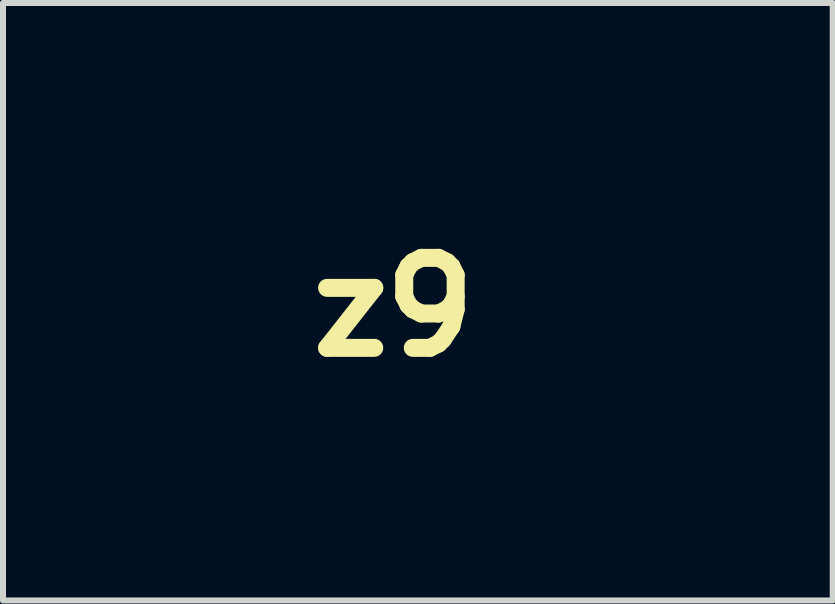
<source format=kicad_pcb>
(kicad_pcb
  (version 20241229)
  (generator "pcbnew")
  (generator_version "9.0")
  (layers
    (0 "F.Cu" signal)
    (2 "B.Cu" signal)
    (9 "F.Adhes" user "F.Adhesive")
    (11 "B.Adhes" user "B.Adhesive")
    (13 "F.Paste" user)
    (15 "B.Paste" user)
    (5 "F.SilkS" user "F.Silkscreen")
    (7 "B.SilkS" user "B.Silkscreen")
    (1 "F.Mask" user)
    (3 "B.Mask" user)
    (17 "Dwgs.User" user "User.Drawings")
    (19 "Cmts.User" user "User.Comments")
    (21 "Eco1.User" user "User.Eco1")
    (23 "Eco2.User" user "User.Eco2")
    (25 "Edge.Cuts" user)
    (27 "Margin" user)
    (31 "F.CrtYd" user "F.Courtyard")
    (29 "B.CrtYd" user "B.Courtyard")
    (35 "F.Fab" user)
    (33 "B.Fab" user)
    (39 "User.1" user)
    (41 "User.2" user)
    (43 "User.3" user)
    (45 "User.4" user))
  (footprint "z9"
    (layer "F.Cu")
    (at 3.51 2.07)
    (property "Reference" "z9" (at 0 0 0) (layer "F.SilkS") (effects (font (size 1.5 1.5) (thickness 0.3))))
    (attr board_only exclude_from_pos_files exclude_from_bom)
    (fp_poly (pts (xy 3.42 -0.855) (xy 3.428 -0.821) (xy 3.457 -0.81) (xy 3.465 -0.81) (xy 3.5 -0.803) (xy 3.51 -0.773) (xy 3.51 -0.765) (xy 3.518 -0.731) (xy 3.547 -0.72) (xy 3.555 -0.72) (xy 3.6 -0.72) (xy 3.6 -0.54) (xy 3.6 -0.36) (xy 3.42 -0.36) (xy 3.24 -0.36) (xy 3.24 -0.405) (xy 3.233 -0.439) (xy 3.204 -0.45) (xy 3.195 -0.45) (xy 3.169 -0.453) (xy 3.155 -0.468) (xy 3.151 -0.504) (xy 3.15 -0.54) (xy 3.149 -0.593) (xy 3.141 -0.62) (xy 3.123 -0.629) (xy 3.105 -0.63) (xy 3.082 -0.632) (xy 3.069 -0.642) (xy 3.062 -0.668) (xy 3.06 -0.718) (xy 3.06 -0.765) (xy 3.06 -0.9) (xy 3.24 -0.9) (xy 3.42 -0.9)) (stroke (width 0) (type solid)) (fill yes) (layer "F.Mask"))
    (fp_poly (pts (xy -0.066 -2.07) (xy -0.026 -2.066) (xy -0.007 -2.058) (xy -0.000496 -2.041) (xy 0 -2.025) (xy 0.007 -1.991) (xy 0.037 -1.98) (xy 0.045 -1.98) (xy 0.072 -1.977) (xy 0.085 -1.962) (xy 0.09 -1.926) (xy 0.09 -1.89) (xy 0.091 -1.837) (xy 0.099 -1.81) (xy 0.117 -1.801) (xy 0.135 -1.8) (xy 0.162 -1.797) (xy 0.175 -1.782) (xy 0.18 -1.746) (xy 0.18 -1.71) (xy 0.181 -1.657) (xy 0.189 -1.63) (xy 0.207 -1.621) (xy 0.225 -1.62) (xy 0.27 -1.62) (xy 0.27 -1.44) (xy 0.27 -1.26) (xy 0.09 -1.26) (xy -0.09 -1.26) (xy -0.09 -1.35) (xy -0.091 -1.404) (xy -0.099 -1.43) (xy -0.117 -1.439) (xy -0.135 -1.44) (xy -0.158 -1.442) (xy -0.171 -1.452) (xy -0.178 -1.478) (xy -0.18 -1.528) (xy -0.18 -1.575) (xy -0.181 -1.644) (xy -0.184 -1.684) (xy -0.193 -1.703) (xy -0.209 -1.71) (xy -0.225 -1.71) (xy -0.27 -1.71) (xy -0.27 -1.89) (xy -0.27 -2.07) (xy -0.135 -2.07)) (stroke (width 0) (type solid)) (fill yes) (layer "F.Mask"))
    (fp_poly (pts (xy -0.667 -1.709) (xy -0.64 -1.701) (xy -0.631 -1.683) (xy -0.63 -1.665) (xy -0.628 -1.642) (xy -0.618 -1.629) (xy -0.592 -1.622) (xy -0.542 -1.62) (xy -0.495 -1.62) (xy -0.36 -1.62) (xy -0.36 -1.485) (xy -0.36 -1.35) (xy -0.27 -1.35) (xy -0.18 -1.35) (xy -0.18 -1.17) (xy -0.18 -0.99) (xy -0.315 -0.99) (xy -0.384 -0.991) (xy -0.424 -0.994) (xy -0.443 -1.003) (xy -0.45 -1.019) (xy -0.45 -1.035) (xy -0.453 -1.062) (xy -0.468 -1.075) (xy -0.504 -1.08) (xy -0.54 -1.08) (xy -0.63 -1.08) (xy -0.63 -1.17) (xy -0.63 -1.26) (xy -0.72 -1.26) (xy -0.773 -1.262) (xy -0.8 -1.269) (xy -0.809 -1.287) (xy -0.81 -1.305) (xy -0.817 -1.339) (xy -0.847 -1.35) (xy -0.855 -1.35) (xy -0.878 -1.352) (xy -0.891 -1.362) (xy -0.898 -1.388) (xy -0.9 -1.438) (xy -0.9 -1.485) (xy -0.9 -1.554) (xy -0.896 -1.594) (xy -0.887 -1.613) (xy -0.871 -1.62) (xy -0.855 -1.62) (xy -0.821 -1.628) (xy -0.81 -1.657) (xy -0.81 -1.665) (xy -0.807 -1.692) (xy -0.792 -1.705) (xy -0.756 -1.71) (xy -0.72 -1.71)) (stroke (width 0) (type solid)) (fill yes) (layer "F.Mask"))
    (fp_poly (pts (xy 3.804 -1.35) (xy 3.844 -1.346) (xy 3.864 -1.337) (xy 3.87 -1.321) (xy 3.87 -1.305) (xy 3.872 -1.282) (xy 3.882 -1.269) (xy 3.908 -1.262) (xy 3.958 -1.26) (xy 4.005 -1.26) (xy 4.074 -1.26) (xy 4.114 -1.256) (xy 4.134 -1.247) (xy 4.14 -1.231) (xy 4.14 -1.215) (xy 4.148 -1.181) (xy 4.177 -1.17) (xy 4.185 -1.17) (xy 4.212 -1.167) (xy 4.225 -1.152) (xy 4.23 -1.116) (xy 4.23 -1.08) (xy 4.232 -1.027) (xy 4.239 -1) (xy 4.257 -0.991) (xy 4.275 -0.99) (xy 4.32 -0.99) (xy 4.32 -0.81) (xy 4.32 -0.63) (xy 4.275 -0.63) (xy 4.241 -0.623) (xy 4.231 -0.593) (xy 4.23 -0.585) (xy 4.227 -0.558) (xy 4.213 -0.545) (xy 4.176 -0.54) (xy 4.14 -0.54) (xy 4.087 -0.542) (xy 4.06 -0.549) (xy 4.051 -0.567) (xy 4.05 -0.585) (xy 4.047 -0.612) (xy 4.033 -0.625) (xy 3.996 -0.63) (xy 3.96 -0.63) (xy 3.907 -0.632) (xy 3.88 -0.639) (xy 3.871 -0.657) (xy 3.87 -0.675) (xy 3.863 -0.709) (xy 3.834 -0.72) (xy 3.825 -0.72) (xy 3.799 -0.723) (xy 3.785 -0.738) (xy 3.781 -0.774) (xy 3.78 -0.81) (xy 3.779 -0.863) (xy 3.771 -0.89) (xy 3.753 -0.899) (xy 3.735 -0.9) (xy 3.701 -0.908) (xy 3.69 -0.937) (xy 3.69 -0.945) (xy 3.683 -0.979) (xy 3.654 -0.99) (xy 3.645 -0.99) (xy 3.6 -0.99) (xy 3.6 -1.17) (xy 3.6 -1.35) (xy 3.735 -1.35)) (stroke (width 0) (type solid)) (fill yes) (layer "F.Mask"))
    (fp_poly (pts (xy -3.217 -1.17) (xy -3.176 -1.166) (xy -3.157 -1.157) (xy -3.151 -1.141) (xy -3.15 -1.125) (xy -3.143 -1.091) (xy -3.114 -1.08) (xy -3.105 -1.08) (xy -3.071 -1.073) (xy -3.06 -1.043) (xy -3.06 -1.035) (xy -3.059 -1.012) (xy -3.048 -0.999) (xy -3.022 -0.992) (xy -2.973 -0.99) (xy -2.925 -0.99) (xy -2.857 -0.99) (xy -2.816 -0.986) (xy -2.797 -0.977) (xy -2.791 -0.961) (xy -2.79 -0.945) (xy -2.789 -0.922) (xy -2.778 -0.909) (xy -2.752 -0.902) (xy -2.703 -0.9) (xy -2.655 -0.9) (xy -2.587 -0.901) (xy -2.546 -0.904) (xy -2.527 -0.913) (xy -2.521 -0.929) (xy -2.52 -0.945) (xy -2.52 -0.99) (xy -2.25 -0.99) (xy -1.98 -0.99) (xy -1.98 -1.035) (xy -1.98 -1.08) (xy -1.8 -1.08) (xy -1.62 -1.08) (xy -1.62 -1.125) (xy -1.62 -1.17) (xy -1.17 -1.17) (xy -0.72 -1.17) (xy -0.72 -0.945) (xy -0.72 -0.72) (xy -0.675 -0.72) (xy -0.63 -0.72) (xy -0.63 -0.27) (xy -0.63 0.18) (xy -0.585 0.18) (xy -0.54 0.18) (xy -0.54 0.405) (xy -0.54 0.63) (xy -0.585 0.63) (xy -0.608 0.632) (xy -0.621 0.642) (xy -0.628 0.668) (xy -0.63 0.718) (xy -0.63 0.765) (xy -0.63 0.9) (xy -0.72 0.9) (xy -0.773 0.902) (xy -0.8 0.909) (xy -0.809 0.927) (xy -0.81 0.945) (xy -0.81 0.99) (xy -1.62 0.99) (xy -2.43 0.99) (xy -2.43 1.035) (xy -2.43 1.08) (xy -2.88 1.08) (xy -3.33 1.08) (xy -3.33 1.035) (xy -3.338 1.001) (xy -3.367 0.99) (xy -3.375 0.99) (xy -3.41 0.983) (xy -3.42 0.953) (xy -3.42 0.945) (xy -3.428 0.911) (xy -3.457 0.9) (xy -3.465 0.9) (xy -3.51 0.9) (xy -3.51 0.54) (xy -3.51 0.18) (xy -3.465 0.18) (xy -3.431 0.173) (xy -3.42 0.143) (xy -3.42 0.135) (xy -3.413 0.101) (xy -3.384 0.09) (xy -3.375 0.09) (xy -3.341 0.083) (xy -3.33 0.053) (xy -3.33 0.045) (xy -3.329 0.022) (xy -3.318 0.009) (xy -3.292 0.002) (xy -3.243 0.000165) (xy -3.195 0) (xy -3.127 0.001) (xy -3.086 0.004) (xy -3.067 0.013) (xy -3.061 0.029) (xy -3.06 0.045) (xy -3.057 0.072) (xy -3.042 0.085) (xy -3.006 0.09) (xy -2.97 0.09) (xy -2.917 0.091) (xy -2.89 0.099) (xy -2.881 0.117) (xy -2.88 0.135) (xy -2.877 0.162) (xy -2.862 0.175) (xy -2.826 0.18) (xy -2.79 0.18) (xy -2.737 0.181) (xy -2.71 0.189) (xy -2.701 0.207) (xy -2.7 0.225) (xy -2.7 0.27) (xy -2.025 0.27) (xy -1.35 0.27) (xy -1.35 0.225) (xy -1.343 0.191) (xy -1.313 0.18) (xy -1.305 0.18) (xy -1.282 0.178) (xy -1.269 0.168) (xy -1.262 0.142) (xy -1.26 0.092) (xy -1.26 0.045) (xy -1.261 -0.024) (xy -1.264 -0.064) (xy -1.273 -0.083) (xy -1.289 -0.09) (xy -1.305 -0.09) (xy -1.328 -0.092) (xy -1.341 -0.102) (xy -1.348 -0.128) (xy -1.35 -0.178) (xy -1.35 -0.225) (xy -1.35 -0.36) (xy -1.89 -0.36) (xy -2.43 -0.36) (xy -2.43 -0.315) (xy -2.43 -0.27) (xy -2.655 -0.27) (xy -2.88 -0.27) (xy -2.88 -0.225) (xy -2.88 -0.18) (xy -3.06 -0.18) (xy -3.24 -0.18) (xy -3.24 -0.225) (xy -3.243 -0.252) (xy -3.258 -0.265) (xy -3.294 -0.27) (xy -3.33 -0.27) (xy -3.384 -0.271) (xy -3.41 -0.279) (xy -3.419 -0.297) (xy -3.42 -0.315) (xy -3.428 -0.349) (xy -3.457 -0.36) (xy -3.465 -0.36) (xy -3.51 -0.36) (xy -3.51 -0.63) (xy -3.51 -0.9) (xy -3.465 -0.9) (xy -3.442 -0.902) (xy -3.429 -0.912) (xy -3.422 -0.938) (xy -3.42 -0.988) (xy -3.42 -1.035) (xy -3.42 -1.17) (xy -3.285 -1.17)) (stroke (width 0) (type solid)) (fill yes) (layer "F.Mask"))
    (fp_poly (pts (xy 3.06 -0.315) (xy 3.068 -0.281) (xy 3.097 -0.27) (xy 3.105 -0.27) (xy 3.15 -0.27) (xy 3.15 0) (xy 3.15 0.27) (xy 3.195 0.27) (xy 3.24 0.27) (xy 3.24 0.585) (xy 3.24 0.9) (xy 3.285 0.9) (xy 3.308 0.902) (xy 3.322 0.912) (xy 3.328 0.938) (xy 3.33 0.988) (xy 3.33 1.035) (xy 3.331 1.104) (xy 3.334 1.144) (xy 3.343 1.163) (xy 3.359 1.17) (xy 3.375 1.17) (xy 3.42 1.17) (xy 3.42 1.35) (xy 3.42 1.53) (xy 3.375 1.53) (xy 3.341 1.538) (xy 3.33 1.567) (xy 3.33 1.575) (xy 3.323 1.609) (xy 3.294 1.62) (xy 3.285 1.62) (xy 3.251 1.628) (xy 3.24 1.657) (xy 3.24 1.665) (xy 3.239 1.688) (xy 3.228 1.701) (xy 3.202 1.708) (xy 3.153 1.71) (xy 3.105 1.71) (xy 3.037 1.711) (xy 2.996 1.714) (xy 2.977 1.723) (xy 2.971 1.739) (xy 2.97 1.755) (xy 2.969 1.778) (xy 2.958 1.791) (xy 2.932 1.798) (xy 2.883 1.8) (xy 2.835 1.8) (xy 2.767 1.801) (xy 2.726 1.804) (xy 2.707 1.813) (xy 2.701 1.829) (xy 2.7 1.845) (xy 2.7 1.89) (xy 1.89 1.89) (xy 1.08 1.89) (xy 1.08 1.845) (xy 1.08 1.8) (xy 0.54 1.8) (xy 0 1.8) (xy 0 1.71) (xy -0.001 1.657) (xy -0.009 1.63) (xy -0.027 1.621) (xy -0.045 1.62) (xy -0.09 1.62) (xy -0.09 1.44) (xy -0.09 1.26) (xy -0.045 1.26) (xy -0.018 1.257) (xy -0.005 1.242) (xy -0.000426 1.206) (xy 0 1.17) (xy 0.001 1.117) (xy 0.009 1.09) (xy 0.027 1.081) (xy 0.045 1.08) (xy 0.079 1.073) (xy 0.09 1.043) (xy 0.09 1.035) (xy 0.093 1.008) (xy 0.108 0.995) (xy 0.144 0.991) (xy 0.18 0.99) (xy 0.233 0.989) (xy 0.26 0.981) (xy 0.269 0.963) (xy 0.27 0.945) (xy 0.27 0.9) (xy 0.54 0.9) (xy 0.81 0.9) (xy 0.81 0.945) (xy 0.813 0.972) (xy 0.828 0.985) (xy 0.864 0.99) (xy 0.9 0.99) (xy 0.953 0.992) (xy 0.98 0.999) (xy 0.989 1.017) (xy 0.99 1.035) (xy 0.99 1.08) (xy 1.17 1.08) (xy 1.35 1.08) (xy 1.35 1.125) (xy 1.352 1.148) (xy 1.362 1.161) (xy 1.388 1.168) (xy 1.438 1.17) (xy 1.485 1.17) (xy 1.554 1.171) (xy 1.594 1.174) (xy 1.613 1.183) (xy 1.62 1.199) (xy 1.62 1.215) (xy 1.62 1.26) (xy 2.025 1.26) (xy 2.43 1.26) (xy 2.43 1.215) (xy 2.438 1.181) (xy 2.467 1.17) (xy 2.475 1.17) (xy 2.509 1.163) (xy 2.52 1.133) (xy 2.52 1.125) (xy 2.528 1.091) (xy 2.557 1.08) (xy 2.565 1.08) (xy 2.592 1.077) (xy 2.605 1.062) (xy 2.61 1.026) (xy 2.61 0.99) (xy 2.612 0.937) (xy 2.619 0.91) (xy 2.637 0.901) (xy 2.655 0.9) (xy 2.7 0.9) (xy 2.7 0.675) (xy 2.7 0.45) (xy 2.655 0.45) (xy 2.621 0.443) (xy 2.61 0.413) (xy 2.61 0.405) (xy 2.61 0.36) (xy 2.43 0.36) (xy 2.25 0.36) (xy 2.25 0.315) (xy 2.248 0.292) (xy 2.238 0.279) (xy 2.212 0.272) (xy 2.163 0.27) (xy 2.115 0.27) (xy 2.046 0.271) (xy 2.006 0.274) (xy 1.987 0.283) (xy 1.981 0.299) (xy 1.98 0.315) (xy 1.98 0.36) (xy 1.755 0.36) (xy 1.53 0.36) (xy 1.53 0.405) (xy 1.53 0.45) (xy 1.26 0.45) (xy 0.99 0.45) (xy 0.99 0.495) (xy 0.99 0.54) (xy 0.675 0.54) (xy 0.36 0.54) (xy 0.36 0.495) (xy 0.353 0.461) (xy 0.323 0.45) (xy 0.315 0.45) (xy 0.292 0.448) (xy 0.279 0.438) (xy 0.272 0.412) (xy 0.27 0.362) (xy 0.27 0.315) (xy 0.269 0.246) (xy 0.266 0.206) (xy 0.257 0.187) (xy 0.241 0.181) (xy 0.225 0.18) (xy 0.198 0.177) (xy 0.185 0.162) (xy 0.18 0.126) (xy 0.18 0.09) (xy 0.181 0.037) (xy 0.189 0.01) (xy 0.207 0.001) (xy 0.225 0) (xy 0.252 -0.003) (xy 0.265 -0.018) (xy 0.27 -0.054) (xy 0.27 -0.09) (xy 0.271 -0.143) (xy 0.279 -0.17) (xy 0.297 -0.179) (xy 0.315 -0.18) (xy 0.349 -0.187) (xy 0.36 -0.217) (xy 0.36 -0.225) (xy 0.363 -0.252) (xy 0.378 -0.265) (xy 0.414 -0.27) (xy 0.45 -0.27) (xy 0.503 -0.269) (xy 0.53 -0.261) (xy 0.539 -0.243) (xy 0.54 -0.225) (xy 0.543 -0.198) (xy 0.558 -0.185) (xy 0.594 -0.18) (xy 0.63 -0.18) (xy 0.683 -0.179) (xy 0.71 -0.171) (xy 0.719 -0.153) (xy 0.72 -0.135) (xy 0.723 -0.108) (xy 0.738 -0.095) (xy 0.774 -0.09) (xy 0.81 -0.09) (xy 0.863 -0.089) (xy 0.89 -0.081) (xy 0.899 -0.063) (xy 0.9 -0.045) (xy 0.9 0) (xy 1.08 0) (xy 1.26 0) (xy 1.26 -0.045) (xy 1.26 -0.09) (xy 1.53 -0.09) (xy 1.8 -0.09) (xy 1.8 -0.135) (xy 1.802 -0.158) (xy 1.812 -0.171) (xy 1.838 -0.178) (xy 1.888 -0.18) (xy 1.935 -0.18) (xy 2.004 -0.181) (xy 2.044 -0.184) (xy 2.063 -0.193) (xy 2.07 -0.209) (xy 2.07 -0.225) (xy 2.07 -0.27) (xy 2.34 -0.27) (xy 2.61 -0.27) (xy 2.61 -0.315) (xy 2.61 -0.36) (xy 2.835 -0.36) (xy 3.06 -0.36)) (stroke (width 0) (type solid)) (fill yes) (layer "F.Mask")))
  (gr_rect
    (start -3 -3)
    (end 10.831 6.96)
    (stroke (width 0.1) (type default))
    (fill no)
    (layer "Edge.Cuts")))
</source>
